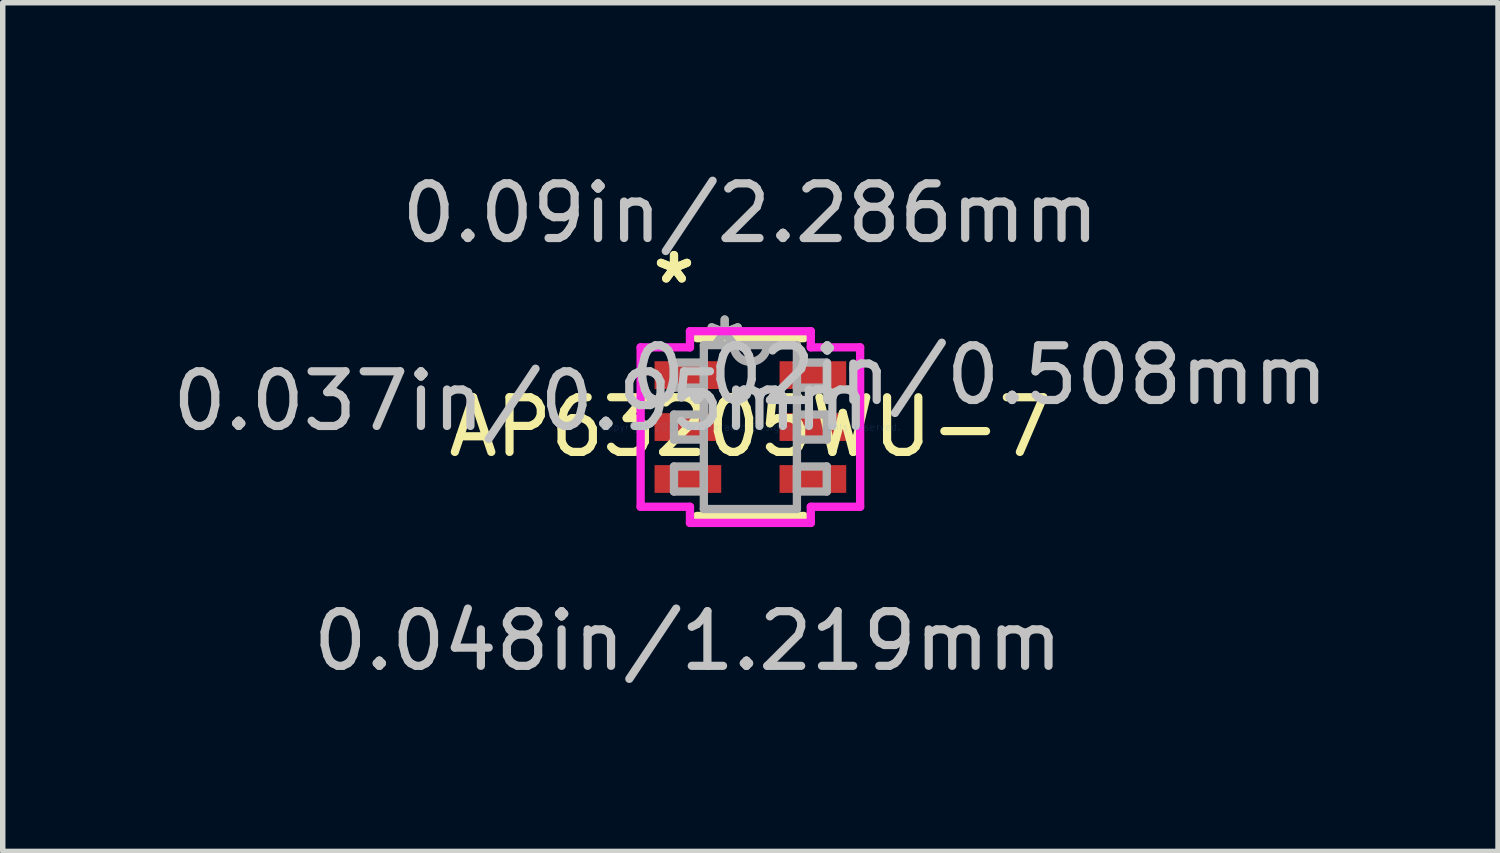
<source format=kicad_pcb>
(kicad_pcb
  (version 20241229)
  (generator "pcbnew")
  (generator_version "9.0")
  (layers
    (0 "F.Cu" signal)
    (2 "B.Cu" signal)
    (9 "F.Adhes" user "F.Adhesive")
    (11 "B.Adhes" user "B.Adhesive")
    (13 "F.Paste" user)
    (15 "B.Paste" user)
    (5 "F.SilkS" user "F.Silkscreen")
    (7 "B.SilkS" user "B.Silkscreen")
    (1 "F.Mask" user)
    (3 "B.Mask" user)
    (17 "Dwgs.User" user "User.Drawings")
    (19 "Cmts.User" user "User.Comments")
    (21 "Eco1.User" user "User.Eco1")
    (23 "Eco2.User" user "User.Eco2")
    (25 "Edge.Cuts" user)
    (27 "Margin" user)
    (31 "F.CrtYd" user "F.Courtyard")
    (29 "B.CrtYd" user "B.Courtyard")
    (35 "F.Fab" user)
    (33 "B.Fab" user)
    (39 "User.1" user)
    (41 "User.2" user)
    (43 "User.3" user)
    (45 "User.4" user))
  (footprint "AP63205WU-7"
    (layer "F.Cu")
    (at 10.673 4.76)
    (property "Reference" "AP63205WU-7" (at 0 0 0) (layer "F.SilkS") (effects (font (size 1 1) (thickness 0.15))))
    (attr through_hole)
    (fp_line (start -0.978 1.626) (end 0.978 1.626) (stroke (width 0.152) (type solid)) (layer "F.SilkS"))
    (fp_line (start 0.978 -1.626) (end -0.978 -1.626) (stroke (width 0.152) (type solid)) (layer "F.SilkS"))
    (fp_line (start -2.007 -1.458) (end -1.105 -1.458) (stroke (width 0.152) (type solid)) (layer "F.CrtYd"))
    (fp_line (start -2.007 1.458) (end -2.007 -1.458) (stroke (width 0.152) (type solid)) (layer "F.CrtYd"))
    (fp_line (start -1.105 -1.753) (end 1.105 -1.753) (stroke (width 0.152) (type solid)) (layer "F.CrtYd"))
    (fp_line (start -1.105 -1.458) (end -1.105 -1.753) (stroke (width 0.152) (type solid)) (layer "F.CrtYd"))
    (fp_line (start -1.105 1.458) (end -2.007 1.458) (stroke (width 0.152) (type solid)) (layer "F.CrtYd"))
    (fp_line (start -1.105 1.753) (end -1.105 1.458) (stroke (width 0.152) (type solid)) (layer "F.CrtYd"))
    (fp_line (start 1.105 -1.753) (end 1.105 -1.458) (stroke (width 0.152) (type solid)) (layer "F.CrtYd"))
    (fp_line (start 1.105 -1.458) (end 2.007 -1.458) (stroke (width 0.152) (type solid)) (layer "F.CrtYd"))
    (fp_line (start 1.105 1.458) (end 1.105 1.753) (stroke (width 0.152) (type solid)) (layer "F.CrtYd"))
    (fp_line (start 1.105 1.753) (end -1.105 1.753) (stroke (width 0.152) (type solid)) (layer "F.CrtYd"))
    (fp_line (start 2.007 -1.458) (end 2.007 1.458) (stroke (width 0.152) (type solid)) (layer "F.CrtYd"))
    (fp_line (start 2.007 1.458) (end 1.105 1.458) (stroke (width 0.152) (type solid)) (layer "F.CrtYd"))
    (fp_line (start -1.397 -1.179) (end -1.397 -0.721) (stroke (width 0.152) (type solid)) (layer "F.Fab"))
    (fp_line (start -1.397 -0.721) (end -0.851 -0.721) (stroke (width 0.152) (type solid)) (layer "F.Fab"))
    (fp_line (start -1.397 -0.229) (end -1.397 0.229) (stroke (width 0.152) (type solid)) (layer "F.Fab"))
    (fp_line (start -1.397 0.229) (end -0.851 0.229) (stroke (width 0.152) (type solid)) (layer "F.Fab"))
    (fp_line (start -1.397 0.721) (end -1.397 1.179) (stroke (width 0.152) (type solid)) (layer "F.Fab"))
    (fp_line (start -1.397 1.179) (end -0.851 1.179) (stroke (width 0.152) (type solid)) (layer "F.Fab"))
    (fp_line (start -0.851 -1.499) (end -0.851 1.499) (stroke (width 0.152) (type solid)) (layer "F.Fab"))
    (fp_line (start -0.851 -1.179) (end -1.397 -1.179) (stroke (width 0.152) (type solid)) (layer "F.Fab"))
    (fp_line (start -0.851 -0.721) (end -0.851 -1.179) (stroke (width 0.152) (type solid)) (layer "F.Fab"))
    (fp_line (start -0.851 -0.229) (end -1.397 -0.229) (stroke (width 0.152) (type solid)) (layer "F.Fab"))
    (fp_line (start -0.851 0.229) (end -0.851 -0.229) (stroke (width 0.152) (type solid)) (layer "F.Fab"))
    (fp_line (start -0.851 0.721) (end -1.397 0.721) (stroke (width 0.152) (type solid)) (layer "F.Fab"))
    (fp_line (start -0.851 1.179) (end -0.851 0.721) (stroke (width 0.152) (type solid)) (layer "F.Fab"))
    (fp_line (start -0.851 1.499) (end 0.851 1.499) (stroke (width 0.152) (type solid)) (layer "F.Fab"))
    (fp_line (start 0.851 -1.499) (end -0.851 -1.499) (stroke (width 0.152) (type solid)) (layer "F.Fab"))
    (fp_line (start 0.851 -1.179) (end 0.851 -0.721) (stroke (width 0.152) (type solid)) (layer "F.Fab"))
    (fp_line (start 0.851 -0.721) (end 1.397 -0.721) (stroke (width 0.152) (type solid)) (layer "F.Fab"))
    (fp_line (start 0.851 -0.229) (end 0.851 0.229) (stroke (width 0.152) (type solid)) (layer "F.Fab"))
    (fp_line (start 0.851 0.229) (end 1.397 0.229) (stroke (width 0.152) (type solid)) (layer "F.Fab"))
    (fp_line (start 0.851 0.721) (end 0.851 1.179) (stroke (width 0.152) (type solid)) (layer "F.Fab"))
    (fp_line (start 0.851 1.179) (end 1.397 1.179) (stroke (width 0.152) (type solid)) (layer "F.Fab"))
    (fp_line (start 0.851 1.499) (end 0.851 -1.499) (stroke (width 0.152) (type solid)) (layer "F.Fab"))
    (fp_line (start 1.397 -1.179) (end 0.851 -1.179) (stroke (width 0.152) (type solid)) (layer "F.Fab"))
    (fp_line (start 1.397 -0.721) (end 1.397 -1.179) (stroke (width 0.152) (type solid)) (layer "F.Fab"))
    (fp_line (start 1.397 -0.229) (end 0.851 -0.229) (stroke (width 0.152) (type solid)) (layer "F.Fab"))
    (fp_line (start 1.397 0.229) (end 1.397 -0.229) (stroke (width 0.152) (type solid)) (layer "F.Fab"))
    (fp_line (start 1.397 0.721) (end 0.851 0.721) (stroke (width 0.152) (type solid)) (layer "F.Fab"))
    (fp_line (start 1.397 1.179) (end 1.397 0.721) (stroke (width 0.152) (type solid)) (layer "F.Fab"))
    (fp_arc (start 0.3048 -1.4986) (mid 0 -1.1938) (end -0.3048 -1.4986) (stroke (width 0.1524) (type solid)) (layer "F.Fab"))
    (fp_text user "*" (at -1.397 -2.601 0) (layer "F.SilkS") (effects (font (size 1 1) (thickness 0.15))))
    (fp_text user "*" (at -1.397 -2.601 0) (layer "F.SilkS") (effects (font (size 1 1) (thickness 0.15))))
    (fp_text user "0.048in/1.219mm" (at -1.143 3.912 0) (layer "Dwgs.User") (effects (font (size 1 1) (thickness 0.15))))
    (fp_text user "0.02in/0.508mm" (at 4.191 -0.95 0) (layer "Dwgs.User") (effects (font (size 1 1) (thickness 0.15))))
    (fp_text user "0.037in/0.95mm" (at -4.191 -0.475 0) (layer "Dwgs.User") (effects (font (size 1 1) (thickness 0.15))))
    (fp_text user "0.09in/2.286mm" (at 0 -3.912 0) (layer "Dwgs.User") (effects (font (size 1 1) (thickness 0.15))))
    (fp_text user "Copyright 2016 Accelerated Designs. All rights reserved." (at 0 0 0) (layer "Cmts.User") (effects (font (size 0.127 0.127) (thickness 0.002))))
    (fp_text user "*" (at -0.47 -1.422 0) (layer "F.Fab") (effects (font (size 1 1) (thickness 0.15))))
    (fp_text user "*" (at -0.47 -1.422 0) (layer "F.Fab") (effects (font (size 1 1) (thickness 0.15))))
    (pad "1" smd rect (at -1.143 -0.95) (size 1.219 0.508) (layers "F.Cu" "F.Mask" "F.Paste"))
    (pad "2" smd rect (at -1.143 0) (size 1.219 0.508) (layers "F.Cu" "F.Mask" "F.Paste"))
    (pad "3" smd rect (at -1.143 0.95) (size 1.219 0.508) (layers "F.Cu" "F.Mask" "F.Paste"))
    (pad "4" smd rect (at 1.143 0.95) (size 1.219 0.508) (layers "F.Cu" "F.Mask" "F.Paste"))
    (pad "5" smd rect (at 1.143 0) (size 1.219 0.508) (layers "F.Cu" "F.Mask" "F.Paste"))
    (pad "6" smd rect (at 1.143 -0.95) (size 1.219 0.508) (layers "F.Cu" "F.Mask" "F.Paste")))
  (gr_rect
    (start -3 -3)
    (end 24.346 12.52)
    (stroke (width 0.1) (type default))
    (fill no)
    (layer "Edge.Cuts")))
</source>
